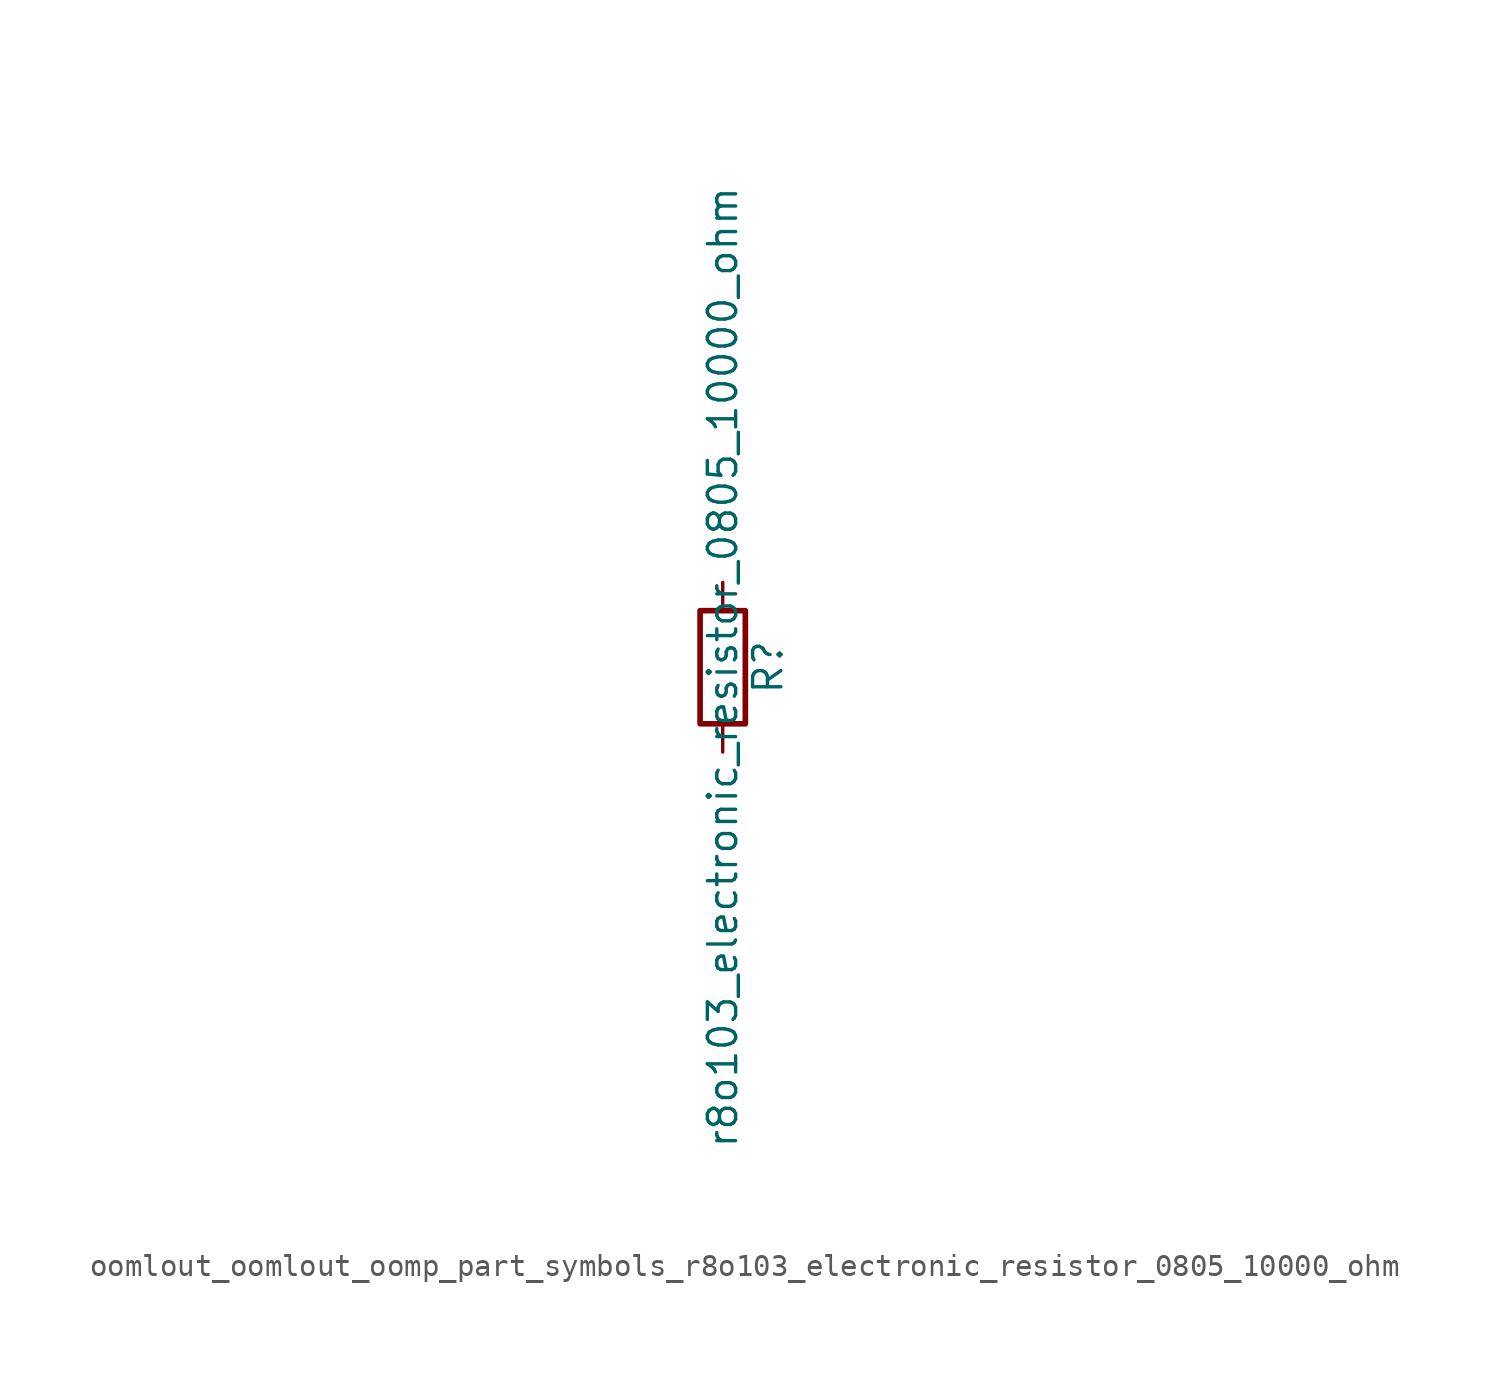
<source format=kicad_sym>
(kicad_symbol_lib
  (version 20220914)
  (generator kicad_symbol_editor)
  (symbol "oomlout_oomlout_oomp_part_symbols_r8o103_electronic_resistor_0805_10000_ohm"
    (pin_numbers hide)
    (pin_names
      (offset 0))
    (property "Reference" "R"
      (at 2.032 0 90)
      (effects (font (size 1.27 1.27))))
    (property "Value" "r8o103_electronic_resistor_0805_10000_ohm"
      (at 0 0 90)
      (effects (font (size 1.27 1.27))))
    (symbol "oomlout_oomlout_oomp_part_symbols_r8o103_electronic_resistor_0805_10000_ohm_0_1"
      (rectangle (start -1.016 -2.54) (end 1.016 2.54) (stroke (width 0.254) (type default)) (fill (type none))))
    (symbol "oomlout_oomlout_oomp_part_symbols_r8o103_electronic_resistor_0805_10000_ohm_1_1"
      (pin passive line (at 0 3.81 270) (length 1.27) (name "~" (effects (font (size 1.27 1.27)))) (number "1" (effects (font (size 1.27 1.27)))))
      (pin passive line (at 0 -3.81 90) (length 1.27) (name "~" (effects (font (size 1.27 1.27)))) (number "2" (effects (font (size 1.27 1.27))))))))
</source>
